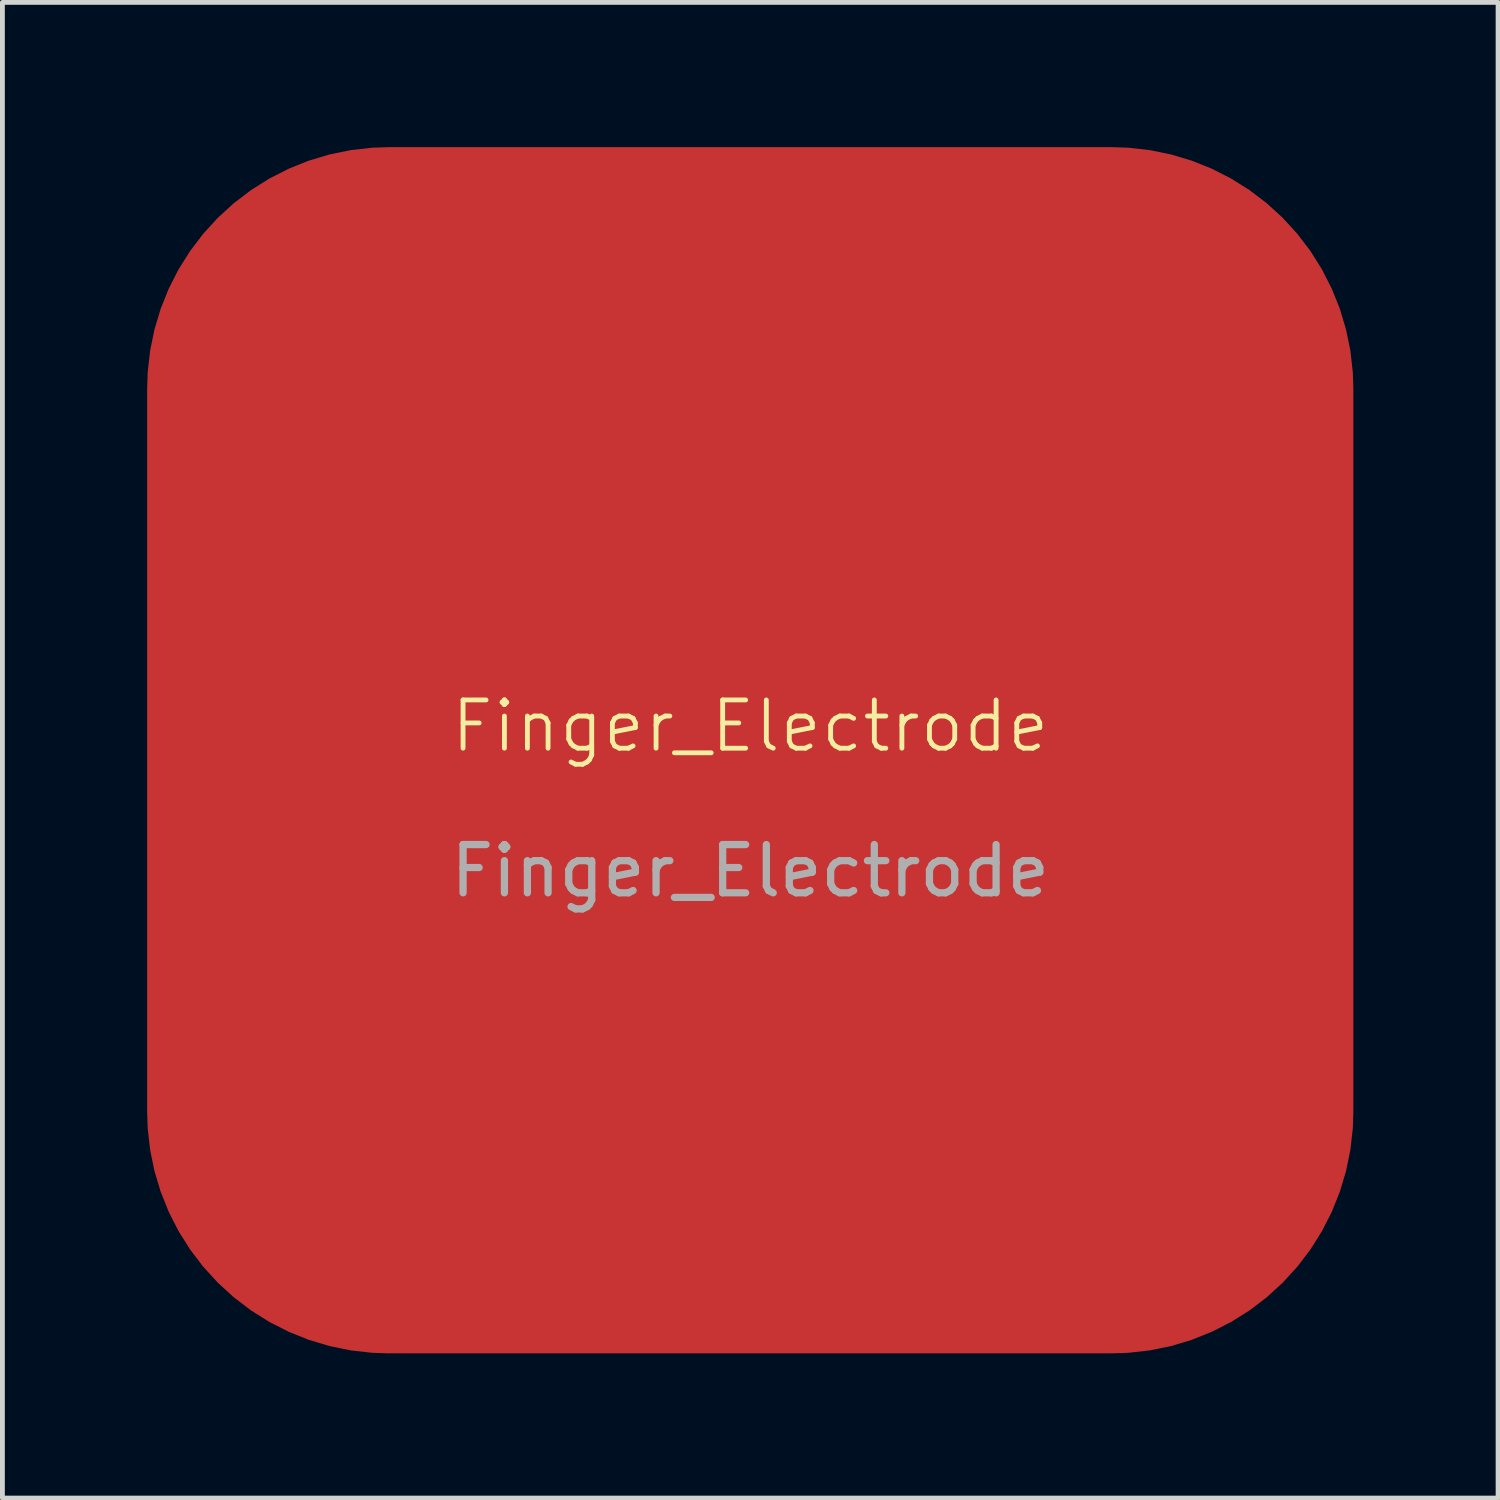
<source format=kicad_pcb>
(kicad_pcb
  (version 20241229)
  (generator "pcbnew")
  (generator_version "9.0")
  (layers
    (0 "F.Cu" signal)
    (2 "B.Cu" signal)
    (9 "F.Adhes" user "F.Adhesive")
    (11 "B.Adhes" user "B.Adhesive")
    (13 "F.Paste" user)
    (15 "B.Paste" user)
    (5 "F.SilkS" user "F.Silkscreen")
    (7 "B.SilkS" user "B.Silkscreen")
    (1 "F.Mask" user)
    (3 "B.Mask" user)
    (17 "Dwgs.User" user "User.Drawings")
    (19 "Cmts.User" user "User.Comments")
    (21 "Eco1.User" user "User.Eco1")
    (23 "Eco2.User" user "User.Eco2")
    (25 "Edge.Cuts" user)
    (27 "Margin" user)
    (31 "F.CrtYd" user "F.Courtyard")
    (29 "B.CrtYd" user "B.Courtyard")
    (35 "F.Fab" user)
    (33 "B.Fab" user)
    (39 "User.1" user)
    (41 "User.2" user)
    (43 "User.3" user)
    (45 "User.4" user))
  (footprint "Finger_Electrode"
    (layer "F.Cu")
    (at 12.5 12.5)
    (property "Reference" "Finger_Electrode" (at 0 -0.5 0) (unlocked yes) (layer "F.SilkS") (effects (font (size 1 1) (thickness 0.1))))
    (attr smd)
    (fp_text user "${REFERENCE}" (at 0 2.5 0) (unlocked yes) (layer "F.Fab") (effects (font (size 1 1) (thickness 0.15))))
    (pad "1" smd roundrect (at 0 0) (size 25 25) (layers "F.Cu" "F.Mask" "F.Paste") (roundrect_rratio 0.2)))
  (gr_rect
    (start -3 -3)
    (end 28 28)
    (stroke (width 0.1) (type default))
    (fill no)
    (layer "Edge.Cuts")))
</source>
